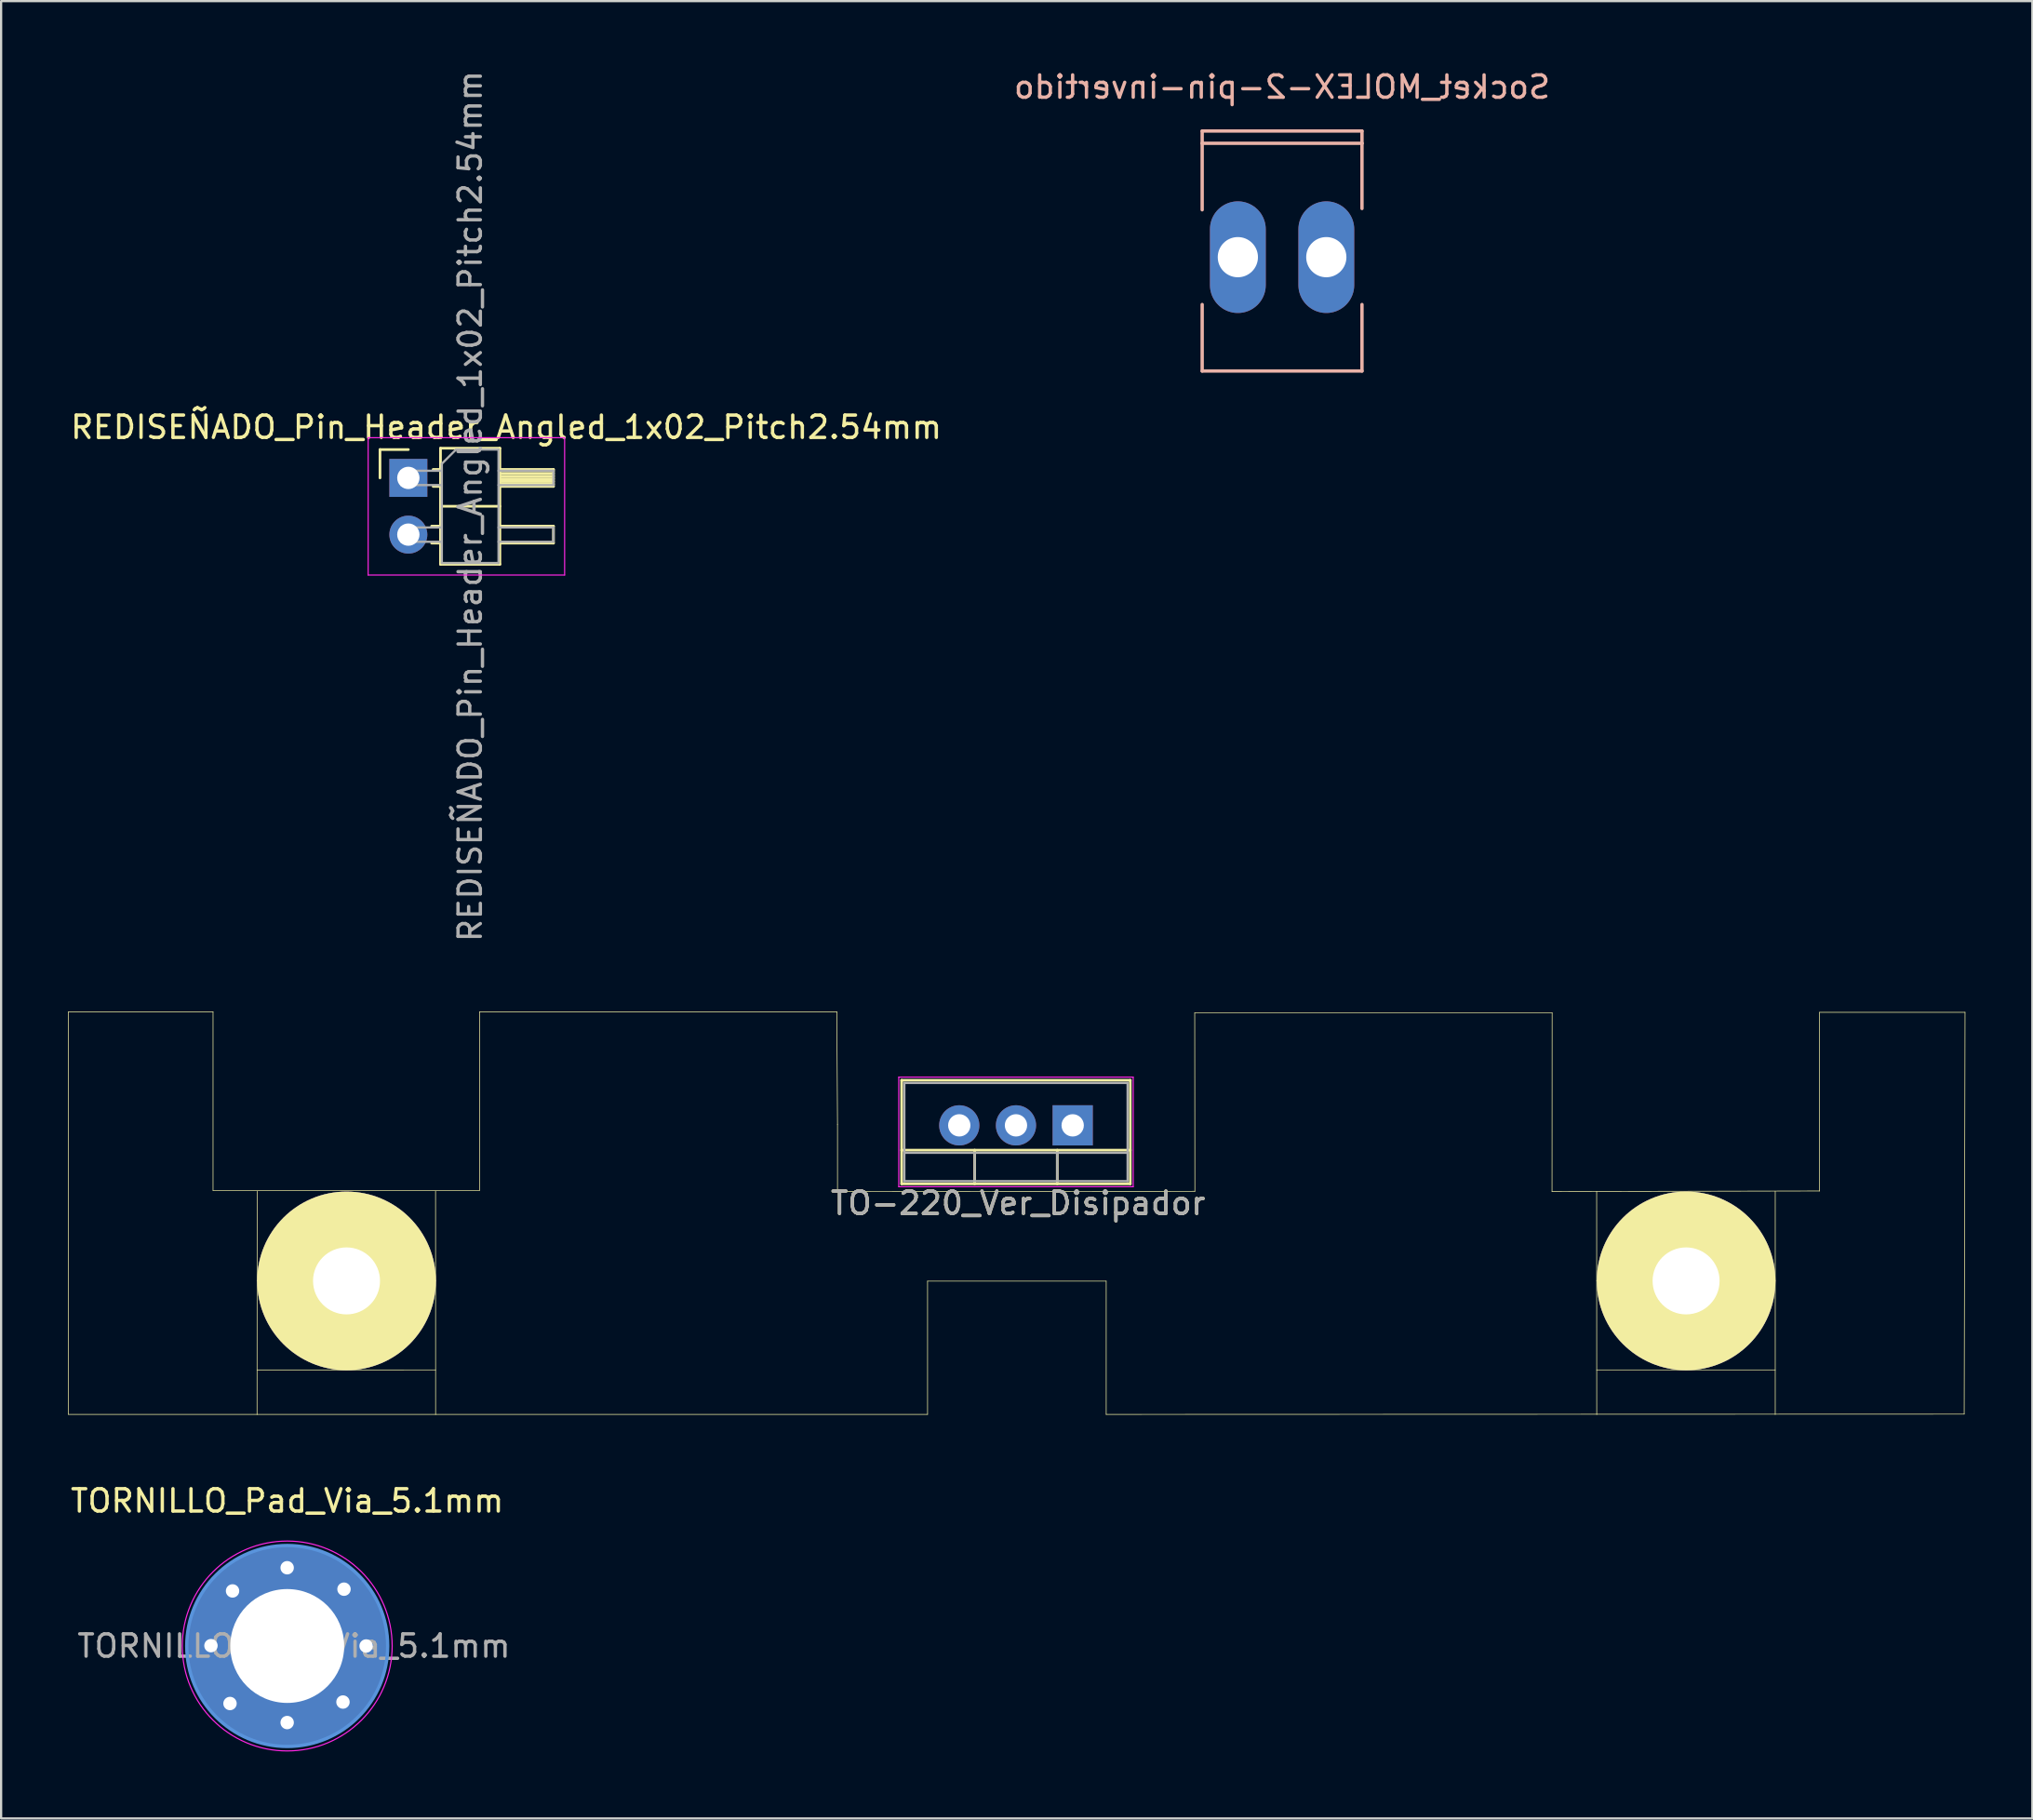
<source format=kicad_pcb>
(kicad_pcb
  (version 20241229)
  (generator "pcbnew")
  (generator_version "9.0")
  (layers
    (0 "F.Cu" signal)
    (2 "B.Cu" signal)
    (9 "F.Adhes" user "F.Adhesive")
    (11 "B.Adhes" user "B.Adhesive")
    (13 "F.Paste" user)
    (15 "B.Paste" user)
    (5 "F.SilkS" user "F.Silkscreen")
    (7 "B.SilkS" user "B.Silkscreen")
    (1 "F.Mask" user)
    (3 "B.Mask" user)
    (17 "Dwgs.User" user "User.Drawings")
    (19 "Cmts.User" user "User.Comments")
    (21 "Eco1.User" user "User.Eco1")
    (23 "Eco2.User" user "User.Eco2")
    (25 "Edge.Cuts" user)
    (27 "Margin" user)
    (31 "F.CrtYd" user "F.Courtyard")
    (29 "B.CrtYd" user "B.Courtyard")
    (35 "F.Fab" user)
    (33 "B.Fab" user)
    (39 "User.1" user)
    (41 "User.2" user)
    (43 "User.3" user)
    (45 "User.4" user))
  (footprint "TO-220_Ver_Disipador"
    (layer "F.Cu")
    (at 42.471 47.32)
    (property "Reference" "TO-220_Ver_Disipador" (at 0.081 3.521 180) (layer "F.SilkS") (effects (font (size 1 1) (thickness 0.15))))
    (attr through_hole)
    (fp_line (start -42.456 -5.055) (end -35.979 -5.055) (stroke (width 0.03) (type solid)) (layer "F.SilkS"))
    (fp_line (start -42.456 12.979) (end -42.456 -5.055) (stroke (width 0.03) (type solid)) (layer "F.SilkS"))
    (fp_line (start -35.979 -5.055) (end -35.979 2.946) (stroke (width 0.03) (type solid)) (layer "F.SilkS"))
    (fp_line (start -35.979 2.946) (end -24.041 2.946) (stroke (width 0.03) (type solid)) (layer "F.SilkS"))
    (fp_line (start -34.008 10.988) (end -26.01 10.986) (stroke (width 0.03) (type solid)) (layer "F.SilkS"))
    (fp_line (start -34.003 2.987) (end -34.008 12.987) (stroke (width 0.03) (type solid)) (layer "F.SilkS"))
    (fp_line (start -26.012 2.985) (end -26.01 12.987) (stroke (width 0.03) (type solid)) (layer "F.SilkS"))
    (fp_line (start -26.01 6.985) (end -34.008 6.985) (stroke (width 0.03) (type solid)) (layer "F.SilkS"))
    (fp_line (start -24.041 -5.055) (end -8.039 -5.055) (stroke (width 0.03) (type solid)) (layer "F.SilkS"))
    (fp_line (start -24.041 2.946) (end -24.041 -5.055) (stroke (width 0.03) (type solid)) (layer "F.SilkS"))
    (fp_line (start -8.039 -5.055) (end -8.009 -0.015) (stroke (width 0.03) (type solid)) (layer "F.SilkS"))
    (fp_line (start -8.009 -0.015) (end -8.009 2.997) (stroke (width 0.03) (type solid)) (layer "F.SilkS"))
    (fp_line (start -8.009 2.997) (end 7.998 2.987) (stroke (width 0.03) (type solid)) (layer "F.SilkS"))
    (fp_line (start -5.135 2.653) (end -5.135 -1.988) (stroke (width 0.12) (type solid)) (layer "F.SilkS"))
    (fp_line (start -3.975 7.01) (end -3.975 12.979) (stroke (width 0.03) (type solid)) (layer "F.SilkS"))
    (fp_line (start -3.975 12.979) (end -42.456 12.979) (stroke (width 0.03) (type solid)) (layer "F.SilkS"))
    (fp_line (start -1.866 2.653) (end -1.866 1.143) (stroke (width 0.12) (type solid)) (layer "F.SilkS"))
    (fp_line (start 1.835 2.653) (end 1.835 1.143) (stroke (width 0.12) (type solid)) (layer "F.SilkS"))
    (fp_line (start 4.026 7.01) (end -3.975 7.01) (stroke (width 0.03) (type solid)) (layer "F.SilkS"))
    (fp_line (start 4.026 12.979) (end 4.026 7.01) (stroke (width 0.03) (type solid)) (layer "F.SilkS"))
    (fp_line (start 5.105 -1.988) (end -5.135 -1.988) (stroke (width 0.12) (type solid)) (layer "F.SilkS"))
    (fp_line (start 5.105 1.143) (end -5.135 1.143) (stroke (width 0.12) (type solid)) (layer "F.SilkS"))
    (fp_line (start 5.105 2.653) (end -5.135 2.653) (stroke (width 0.12) (type solid)) (layer "F.SilkS"))
    (fp_line (start 5.105 2.653) (end 5.105 -1.988) (stroke (width 0.12) (type solid)) (layer "F.SilkS"))
    (fp_line (start 7.991 -5.006) (end 24 -5.006) (stroke (width 0.03) (type solid)) (layer "F.SilkS"))
    (fp_line (start 7.998 2.987) (end 7.991 -5.006) (stroke (width 0.03) (type solid)) (layer "F.SilkS"))
    (fp_line (start 23.995 2.997) (end 35.979 2.972) (stroke (width 0.03) (type solid)) (layer "F.SilkS"))
    (fp_line (start 24 -5.006) (end 23.995 2.997) (stroke (width 0.03) (type solid)) (layer "F.SilkS"))
    (fp_line (start 25.994 2.987) (end 25.997 12.99) (stroke (width 0.03) (type solid)) (layer "F.SilkS"))
    (fp_line (start 25.994 6.985) (end 33.993 6.985) (stroke (width 0.03) (type solid)) (layer "F.SilkS"))
    (fp_line (start 25.994 10.986) (end 33.993 10.986) (stroke (width 0.03) (type solid)) (layer "F.SilkS"))
    (fp_line (start 33.993 2.987) (end 33.993 12.987) (stroke (width 0.03) (type solid)) (layer "F.SilkS"))
    (fp_line (start 35.979 -5.029) (end 42.494 -5.029) (stroke (width 0.03) (type solid)) (layer "F.SilkS"))
    (fp_line (start 35.979 2.972) (end 35.979 -5.029) (stroke (width 0.03) (type solid)) (layer "F.SilkS"))
    (fp_line (start 42.456 12.967) (end 4.026 12.979) (stroke (width 0.03) (type solid)) (layer "F.SilkS"))
    (fp_line (start 42.494 -5.029) (end 42.456 12.967) (stroke (width 0.03) (type solid)) (layer "F.SilkS"))
    (fp_line (start -5.265 -2.127) (end -5.265 2.783) (stroke (width 0.05) (type solid)) (layer "F.CrtYd"))
    (fp_line (start -5.265 2.783) (end 5.235 2.783) (stroke (width 0.05) (type solid)) (layer "F.CrtYd"))
    (fp_line (start 5.235 -2.127) (end -5.265 -2.127) (stroke (width 0.05) (type solid)) (layer "F.CrtYd"))
    (fp_line (start 5.235 2.783) (end 5.235 -2.127) (stroke (width 0.05) (type solid)) (layer "F.CrtYd"))
    (fp_line (start -5.015 -1.867) (end -5.015 2.533) (stroke (width 0.1) (type solid)) (layer "F.Fab"))
    (fp_line (start -5.015 2.533) (end 4.985 2.533) (stroke (width 0.1) (type solid)) (layer "F.Fab"))
    (fp_line (start -1.865 2.533) (end -1.865 1.263) (stroke (width 0.1) (type solid)) (layer "F.Fab"))
    (fp_line (start 1.835 2.533) (end 1.835 1.263) (stroke (width 0.1) (type solid)) (layer "F.Fab"))
    (fp_line (start 4.985 -1.867) (end -5.015 -1.867) (stroke (width 0.1) (type solid)) (layer "F.Fab"))
    (fp_line (start 4.985 1.263) (end -5.015 1.263) (stroke (width 0.1) (type solid)) (layer "F.Fab"))
    (fp_line (start 4.985 2.533) (end 4.985 -1.867) (stroke (width 0.1) (type solid)) (layer "F.Fab"))
    (fp_text user "${REFERENCE}" (at 0.081 3.521 180) (layer "F.Fab") (effects (font (size 1 1) (thickness 0.15))))
    (pad "1" thru_hole rect (at 2.525 0.033 180) (size 1.8 1.8) (drill 1) (layers "*.Cu" "*.Mask"))
    (pad "2" thru_hole oval (at -0.015 0.033 180) (size 1.8 1.8) (drill 1) (layers "*.Cu" "*.Mask"))
    (pad "3" thru_hole oval (at -2.555 0.033 180) (size 1.8 1.8) (drill 1) (layers "*.Cu" "*.Mask"))
    (pad "4" thru_hole circle (at -30 7) (size 8 8) (drill 3) (layers "*.Cu" "*.Mask" "F.SilkS"))
    (pad "4" thru_hole circle (at 30 7) (size 8 8) (drill 3) (layers "*.Cu" "*.Mask" "F.SilkS")))
  (footprint "REDISEÑADO_Pin_Header_Angled_1x02_Pitch2.54mm"
    (layer "F.Cu")
    (at 15.24 18.355)
    (property "Reference" "REDISEÑADO_Pin_Header_Angled_1x02_Pitch2.54mm" (at 4.385 -2.27 0) (layer "F.SilkS") (effects (font (size 1 1) (thickness 0.15))))
    (attr through_hole)
    (fp_line (start -1.27 -1.27) (end 0 -1.27) (stroke (width 0.12) (type solid)) (layer "F.SilkS"))
    (fp_line (start -1.27 0) (end -1.27 -1.27) (stroke (width 0.12) (type solid)) (layer "F.SilkS"))
    (fp_line (start 1.043 2.16) (end 1.44 2.16) (stroke (width 0.12) (type solid)) (layer "F.SilkS"))
    (fp_line (start 1.043 2.92) (end 1.44 2.92) (stroke (width 0.12) (type solid)) (layer "F.SilkS"))
    (fp_line (start 1.11 -0.38) (end 1.44 -0.38) (stroke (width 0.12) (type solid)) (layer "F.SilkS"))
    (fp_line (start 1.11 0.38) (end 1.44 0.38) (stroke (width 0.12) (type solid)) (layer "F.SilkS"))
    (fp_line (start 1.44 -1.33) (end 1.44 3.87) (stroke (width 0.12) (type solid)) (layer "F.SilkS"))
    (fp_line (start 1.44 1.27) (end 4.1 1.27) (stroke (width 0.12) (type solid)) (layer "F.SilkS"))
    (fp_line (start 1.44 3.87) (end 4.1 3.87) (stroke (width 0.12) (type solid)) (layer "F.SilkS"))
    (fp_line (start 4.1 -1.33) (end 1.44 -1.33) (stroke (width 0.12) (type solid)) (layer "F.SilkS"))
    (fp_line (start 4.1 -0.38) (end 6.5 -0.38) (stroke (width 0.12) (type solid)) (layer "F.SilkS"))
    (fp_line (start 4.1 -0.32) (end 6.5 -0.32) (stroke (width 0.12) (type solid)) (layer "F.SilkS"))
    (fp_line (start 4.1 -0.2) (end 6.5 -0.2) (stroke (width 0.12) (type solid)) (layer "F.SilkS"))
    (fp_line (start 4.1 -0.08) (end 6.5 -0.08) (stroke (width 0.12) (type solid)) (layer "F.SilkS"))
    (fp_line (start 4.1 0.04) (end 6.5 0.04) (stroke (width 0.12) (type solid)) (layer "F.SilkS"))
    (fp_line (start 4.1 0.16) (end 6.5 0.16) (stroke (width 0.12) (type solid)) (layer "F.SilkS"))
    (fp_line (start 4.1 0.28) (end 6.5 0.28) (stroke (width 0.12) (type solid)) (layer "F.SilkS"))
    (fp_line (start 4.1 2.16) (end 6.5 2.16) (stroke (width 0.12) (type solid)) (layer "F.SilkS"))
    (fp_line (start 4.1 3.87) (end 4.1 -1.33) (stroke (width 0.12) (type solid)) (layer "F.SilkS"))
    (fp_line (start 6.5 -0.38) (end 6.5 0.38) (stroke (width 0.12) (type solid)) (layer "F.SilkS"))
    (fp_line (start 6.5 0.38) (end 4.1 0.38) (stroke (width 0.12) (type solid)) (layer "F.SilkS"))
    (fp_line (start 6.5 2.16) (end 6.5 2.92) (stroke (width 0.12) (type solid)) (layer "F.SilkS"))
    (fp_line (start 6.5 2.92) (end 4.1 2.92) (stroke (width 0.12) (type solid)) (layer "F.SilkS"))
    (fp_line (start -1.8 -1.8) (end -1.8 4.35) (stroke (width 0.05) (type solid)) (layer "F.CrtYd"))
    (fp_line (start -1.8 4.35) (end 7 4.35) (stroke (width 0.05) (type solid)) (layer "F.CrtYd"))
    (fp_line (start 7 -1.8) (end -1.8 -1.8) (stroke (width 0.05) (type solid)) (layer "F.CrtYd"))
    (fp_line (start 7 4.35) (end 7 -1.8) (stroke (width 0.05) (type solid)) (layer "F.CrtYd"))
    (fp_line (start -0.32 -0.32) (end -0.32 0.32) (stroke (width 0.1) (type solid)) (layer "F.Fab"))
    (fp_line (start -0.32 -0.32) (end 1.5 -0.32) (stroke (width 0.1) (type solid)) (layer "F.Fab"))
    (fp_line (start -0.32 0.32) (end 1.5 0.32) (stroke (width 0.1) (type solid)) (layer "F.Fab"))
    (fp_line (start -0.32 2.22) (end -0.32 2.86) (stroke (width 0.1) (type solid)) (layer "F.Fab"))
    (fp_line (start -0.32 2.22) (end 1.5 2.22) (stroke (width 0.1) (type solid)) (layer "F.Fab"))
    (fp_line (start -0.32 2.86) (end 1.5 2.86) (stroke (width 0.1) (type solid)) (layer "F.Fab"))
    (fp_line (start 1.5 -0.635) (end 2.135 -1.27) (stroke (width 0.1) (type solid)) (layer "F.Fab"))
    (fp_line (start 1.5 3.81) (end 1.5 -0.635) (stroke (width 0.1) (type solid)) (layer "F.Fab"))
    (fp_line (start 2.135 -1.27) (end 4.04 -1.27) (stroke (width 0.1) (type solid)) (layer "F.Fab"))
    (fp_line (start 4.04 -1.27) (end 4.04 3.81) (stroke (width 0.1) (type solid)) (layer "F.Fab"))
    (fp_line (start 4.04 -0.32) (end 6.5 -0.32) (stroke (width 0.1) (type solid)) (layer "F.Fab"))
    (fp_line (start 4.04 0.32) (end 6.5 0.32) (stroke (width 0.1) (type solid)) (layer "F.Fab"))
    (fp_line (start 4.04 2.22) (end 6.5 2.22) (stroke (width 0.1) (type solid)) (layer "F.Fab"))
    (fp_line (start 4.04 2.86) (end 6.5 2.86) (stroke (width 0.1) (type solid)) (layer "F.Fab"))
    (fp_line (start 4.04 3.81) (end 1.5 3.81) (stroke (width 0.1) (type solid)) (layer "F.Fab"))
    (fp_line (start 6.5 -0.32) (end 6.5 0.32) (stroke (width 0.1) (type solid)) (layer "F.Fab"))
    (fp_line (start 6.5 2.22) (end 6.5 2.86) (stroke (width 0.1) (type solid)) (layer "F.Fab"))
    (fp_text user "${REFERENCE}" (at 2.77 1.27 90) (layer "F.Fab") (effects (font (size 1 1) (thickness 0.15))))
    (pad "1" thru_hole rect (at 0 0) (size 1.7 1.7) (drill 1) (layers "*.Cu" "*.Mask"))
    (pad "2" thru_hole oval (at 0 2.54) (size 1.7 1.7) (drill 1) (layers "*.Cu" "*.Mask")))
  (footprint "Socket_MOLEX-2-pin-invertido"
    (layer "F.Cu")
    (at 54.375 8.468)
    (property "Reference" "Socket_MOLEX-2-pin-invertido" (at 0 -7.62 0) (layer "B.SilkS") (effects (font (size 1 1) (thickness 0.15)) (justify mirror)))
    (attr through_hole)
    (fp_line (start -3.579 -5.649) (end -3.579 -5.1) (stroke (width 0.15) (type solid)) (layer "B.SilkS"))
    (fp_line (start -3.579 -5.1) (end -3.579 -2.121) (stroke (width 0.15) (type solid)) (layer "B.SilkS"))
    (fp_line (start -3.579 2.121) (end -3.579 5.1) (stroke (width 0.15) (type solid)) (layer "B.SilkS"))
    (fp_line (start -3.579 5.1) (end 3.579 5.1) (stroke (width 0.15) (type solid)) (layer "B.SilkS"))
    (fp_line (start 3.579 -5.649) (end -3.579 -5.649) (stroke (width 0.15) (type solid)) (layer "B.SilkS"))
    (fp_line (start 3.579 -5.1) (end -3.579 -5.1) (stroke (width 0.15) (type solid)) (layer "B.SilkS"))
    (fp_line (start 3.579 -5.1) (end 3.579 -5.649) (stroke (width 0.15) (type solid)) (layer "B.SilkS"))
    (fp_line (start 3.579 -2.179) (end 3.579 -5.1) (stroke (width 0.15) (type solid)) (layer "B.SilkS"))
    (fp_line (start 3.579 5.1) (end 3.579 2.121) (stroke (width 0.15) (type solid)) (layer "B.SilkS"))
    (pad "1" thru_hole oval (at -1.981 0) (size 2.5 5.001) (drill 1.801) (layers "*.Cu" "*.Mask"))
    (pad "2" thru_hole oval (at 1.981 0) (size 2.5 5.001) (drill 1.801) (layers "*.Cu" "*.Mask")))
  (footprint "TORNILLO_Pad_Via_5.1mm"
    (layer "F.Cu")
    (at 9.815 70.672)
    (property "Reference" "TORNILLO_Pad_Via_5.1mm" (at 0 -6.5 0) (layer "F.SilkS") (effects (font (size 1 1) (thickness 0.15))))
    (attr exclude_from_pos_files exclude_from_bom)
    (fp_circle (center 0 0) (end 4.5 0) (stroke (width 0.15) (type solid)) (fill no) (layer "Cmts.User"))
    (fp_circle (center 0 0) (end 4.7 0) (stroke (width 0.05) (type solid)) (fill no) (layer "F.CrtYd"))
    (fp_text user "${REFERENCE}" (at 0.3 0 0) (layer "F.Fab") (effects (font (size 1 1) (thickness 0.15))))
    (pad "" thru_hole circle (at -3.416 -0.015) (size 0.9 0.9) (drill 0.6) (layers "*.Cu" "*.Mask"))
    (pad "" thru_hole circle (at -2.563 2.576) (size 0.9 0.9) (drill 0.6) (layers "*.Cu" "*.Mask"))
    (pad "" thru_hole circle (at -2.449 -2.466) (size 0.9 0.9) (drill 0.6) (layers "*.Cu" "*.Mask"))
    (pad "" thru_hole circle (at -0.003 -3.505) (size 0.9 0.9) (drill 0.6) (layers "*.Cu" "*.Mask"))
    (pad "" thru_hole circle (at -0.003 3.429) (size 0.9 0.9) (drill 0.6) (layers "*.Cu" "*.Mask"))
    (pad "" thru_hole circle (at 2.497 2.51) (size 0.9 0.9) (drill 0.6) (layers "*.Cu" "*.Mask"))
    (pad "" thru_hole circle (at 2.543 -2.545) (size 0.9 0.9) (drill 0.6) (layers "*.Cu" "*.Mask"))
    (pad "" thru_hole circle (at 3.533 0) (size 0.9 0.9) (drill 0.6) (layers "*.Cu" "*.Mask"))
    (pad "1" thru_hole circle (at 0 0) (size 9 9) (drill 5.1) (layers "*.Cu" "*.Mask")))
  (gr_rect
    (start -3 -3)
    (end 87.98 78.397)
    (stroke (width 0.1) (type default))
    (fill no)
    (layer "Edge.Cuts")))
</source>
